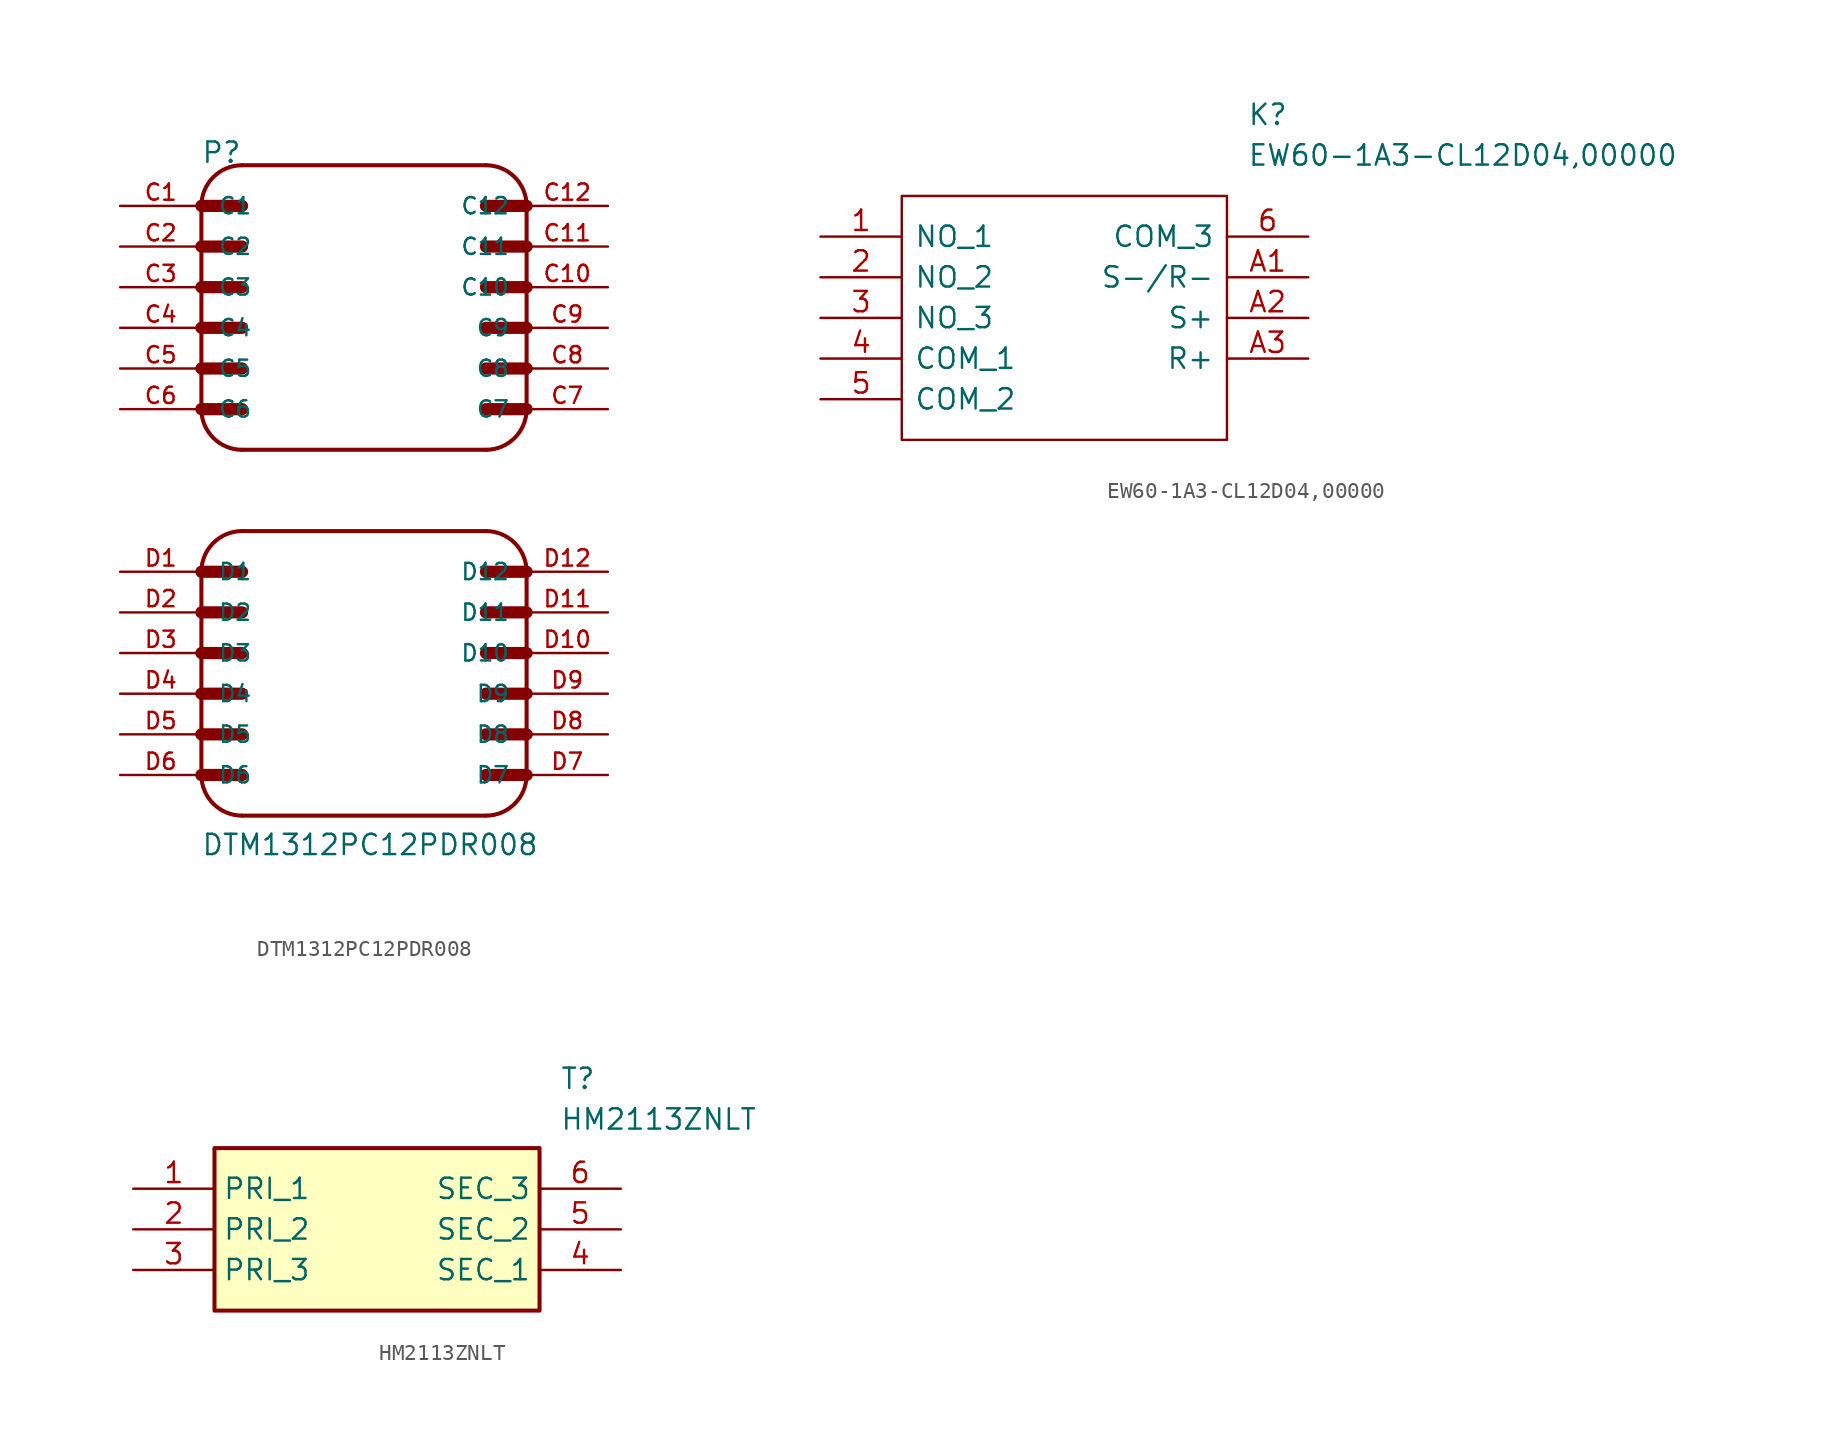
<source format=kicad_sym>
(kicad_symbol_lib
  (version 20241209)
  (generator "kicad_symbol_editor")
  (generator_version "9.0")
  (symbol "DTM1312PC12PDR008"
    (pin_names
      (offset 1.016))
    (property "Reference" "P"
      (at -10.185 20.371 0)
      (effects (font (size 1.27 1.27)) (justify left bottom)))
    (property "Value" "DTM1312PC12PDR008"
      (at -10.185 -22.885 0)
      (effects (font (size 1.27 1.27)) (justify left bottom)))
    (property "ki_locked" ""
      (at 0 0 0)
      (effects (font (size 1.27 1.27))))
    (symbol "DTM1312PC12PDR008_0_0"
      (polyline (pts (xy -10.16 17.78) (xy -7.62 17.78)) (stroke (width 0.762) (type solid)) (fill (type none)))
      (polyline (pts (xy -10.16 15.24) (xy -10.16 17.78)) (stroke (width 0.254) (type solid)) (fill (type none)))
      (polyline (pts (xy -10.16 15.24) (xy -7.62 15.24)) (stroke (width 0.762) (type solid)) (fill (type none)))
      (polyline (pts (xy -10.16 12.7) (xy -10.16 15.24)) (stroke (width 0.254) (type solid)) (fill (type none)))
      (polyline (pts (xy -10.16 12.7) (xy -7.62 12.7)) (stroke (width 0.762) (type solid)) (fill (type none)))
      (polyline (pts (xy -10.16 10.16) (xy -10.16 12.7)) (stroke (width 0.254) (type solid)) (fill (type none)))
      (polyline (pts (xy -10.16 10.16) (xy -7.62 10.16)) (stroke (width 0.762) (type solid)) (fill (type none)))
      (polyline (pts (xy -10.16 7.62) (xy -10.16 10.16)) (stroke (width 0.254) (type solid)) (fill (type none)))
      (polyline (pts (xy -10.16 7.62) (xy -7.62 7.62)) (stroke (width 0.762) (type solid)) (fill (type none)))
      (polyline (pts (xy -10.16 5.08) (xy -10.16 7.62)) (stroke (width 0.254) (type solid)) (fill (type none)))
      (polyline (pts (xy -10.16 5.08) (xy -7.62 5.08)) (stroke (width 0.762) (type solid)) (fill (type none)))
      (polyline (pts (xy -10.16 -5.08) (xy -7.62 -5.08)) (stroke (width 0.762) (type solid)) (fill (type none)))
      (polyline (pts (xy -10.16 -7.62) (xy -10.16 -5.08)) (stroke (width 0.254) (type solid)) (fill (type none)))
      (polyline (pts (xy -10.16 -7.62) (xy -7.62 -7.62)) (stroke (width 0.762) (type solid)) (fill (type none)))
      (polyline (pts (xy -10.16 -10.16) (xy -10.16 -7.62)) (stroke (width 0.254) (type solid)) (fill (type none)))
      (polyline (pts (xy -10.16 -10.16) (xy -7.62 -10.16)) (stroke (width 0.762) (type solid)) (fill (type none)))
      (polyline (pts (xy -10.16 -12.7) (xy -10.16 -10.16)) (stroke (width 0.254) (type solid)) (fill (type none)))
      (polyline (pts (xy -10.16 -12.7) (xy -7.62 -12.7)) (stroke (width 0.762) (type solid)) (fill (type none)))
      (polyline (pts (xy -10.16 -15.24) (xy -10.16 -12.7)) (stroke (width 0.254) (type solid)) (fill (type none)))
      (polyline (pts (xy -10.16 -15.24) (xy -7.62 -15.24)) (stroke (width 0.762) (type solid)) (fill (type none)))
      (polyline (pts (xy -10.16 -17.78) (xy -10.16 -15.24)) (stroke (width 0.254) (type solid)) (fill (type none)))
      (polyline (pts (xy -10.16 -17.78) (xy -7.62 -17.78)) (stroke (width 0.762) (type solid)) (fill (type none)))
      (arc (start -10.16 17.78) (mid -9.4161 19.5761) (end -7.62 20.32) (stroke (width 0.254) (type solid)) (fill (type none)))
      (arc (start -7.62 2.54) (mid -9.4161 3.2839) (end -10.16 5.08) (stroke (width 0.254) (type solid)) (fill (type none)))
      (arc (start -10.16 -5.08) (mid -9.4161 -3.2839) (end -7.62 -2.54) (stroke (width 0.254) (type solid)) (fill (type none)))
      (arc (start -7.62 -20.32) (mid -9.4161 -19.5761) (end -10.16 -17.78) (stroke (width 0.254) (type solid)) (fill (type none)))
      (polyline (pts (xy -7.62 20.32) (xy 7.62 20.32)) (stroke (width 0.254) (type solid)) (fill (type none)))
      (polyline (pts (xy -7.62 -2.54) (xy 7.62 -2.54)) (stroke (width 0.254) (type solid)) (fill (type none)))
      (polyline (pts (xy 7.62 17.78) (xy 10.16 17.78)) (stroke (width 0.762) (type solid)) (fill (type none)))
      (arc (start 7.62 20.32) (mid 9.4161 19.5761) (end 10.16 17.78) (stroke (width 0.254) (type solid)) (fill (type none)))
      (polyline (pts (xy 7.62 15.24) (xy 10.16 15.24)) (stroke (width 0.762) (type solid)) (fill (type none)))
      (polyline (pts (xy 7.62 12.7) (xy 10.16 12.7)) (stroke (width 0.762) (type solid)) (fill (type none)))
      (polyline (pts (xy 7.62 10.16) (xy 10.16 10.16)) (stroke (width 0.762) (type solid)) (fill (type none)))
      (polyline (pts (xy 7.62 7.62) (xy 10.16 7.62)) (stroke (width 0.762) (type solid)) (fill (type none)))
      (polyline (pts (xy 7.62 5.08) (xy 10.16 5.08)) (stroke (width 0.762) (type solid)) (fill (type none)))
      (arc (start 10.16 5.08) (mid 9.4161 3.2839) (end 7.62 2.54) (stroke (width 0.254) (type solid)) (fill (type none)))
      (polyline (pts (xy 7.62 2.54) (xy -7.62 2.54)) (stroke (width 0.254) (type solid)) (fill (type none)))
      (polyline (pts (xy 7.62 -5.08) (xy 10.16 -5.08)) (stroke (width 0.762) (type solid)) (fill (type none)))
      (arc (start 7.62 -2.54) (mid 9.4161 -3.2839) (end 10.16 -5.08) (stroke (width 0.254) (type solid)) (fill (type none)))
      (polyline (pts (xy 7.62 -7.62) (xy 10.16 -7.62)) (stroke (width 0.762) (type solid)) (fill (type none)))
      (polyline (pts (xy 7.62 -10.16) (xy 10.16 -10.16)) (stroke (width 0.762) (type solid)) (fill (type none)))
      (polyline (pts (xy 7.62 -12.7) (xy 10.16 -12.7)) (stroke (width 0.762) (type solid)) (fill (type none)))
      (polyline (pts (xy 7.62 -15.24) (xy 10.16 -15.24)) (stroke (width 0.762) (type solid)) (fill (type none)))
      (polyline (pts (xy 7.62 -17.78) (xy 10.16 -17.78)) (stroke (width 0.762) (type solid)) (fill (type none)))
      (arc (start 10.16 -17.78) (mid 9.4161 -19.5761) (end 7.62 -20.32) (stroke (width 0.254) (type solid)) (fill (type none)))
      (polyline (pts (xy 7.62 -20.32) (xy -7.62 -20.32)) (stroke (width 0.254) (type solid)) (fill (type none)))
      (polyline (pts (xy 10.16 17.78) (xy 10.16 5.08)) (stroke (width 0.254) (type solid)) (fill (type none)))
      (polyline (pts (xy 10.16 -5.08) (xy 10.16 -17.78)) (stroke (width 0.254) (type solid)) (fill (type none)))
      (pin passive line (at -15.24 17.78 0) (length 5.08) (name "C1" (effects (font (size 1.016 1.016)))) (number "C1" (effects (font (size 1.016 1.016)))))
      (pin passive line (at -15.24 15.24 0) (length 5.08) (name "C2" (effects (font (size 1.016 1.016)))) (number "C2" (effects (font (size 1.016 1.016)))))
      (pin passive line (at -15.24 12.7 0) (length 5.08) (name "C3" (effects (font (size 1.016 1.016)))) (number "C3" (effects (font (size 1.016 1.016)))))
      (pin passive line (at -15.24 10.16 0) (length 5.08) (name "C4" (effects (font (size 1.016 1.016)))) (number "C4" (effects (font (size 1.016 1.016)))))
      (pin passive line (at -15.24 7.62 0) (length 5.08) (name "C5" (effects (font (size 1.016 1.016)))) (number "C5" (effects (font (size 1.016 1.016)))))
      (pin passive line (at -15.24 5.08 0) (length 5.08) (name "C6" (effects (font (size 1.016 1.016)))) (number "C6" (effects (font (size 1.016 1.016)))))
      (pin passive line (at -15.24 -5.08 0) (length 5.08) (name "D1" (effects (font (size 1.016 1.016)))) (number "D1" (effects (font (size 1.016 1.016)))))
      (pin passive line (at -15.24 -7.62 0) (length 5.08) (name "D2" (effects (font (size 1.016 1.016)))) (number "D2" (effects (font (size 1.016 1.016)))))
      (pin passive line (at -15.24 -10.16 0) (length 5.08) (name "D3" (effects (font (size 1.016 1.016)))) (number "D3" (effects (font (size 1.016 1.016)))))
      (pin passive line (at -15.24 -12.7 0) (length 5.08) (name "D4" (effects (font (size 1.016 1.016)))) (number "D4" (effects (font (size 1.016 1.016)))))
      (pin passive line (at -15.24 -15.24 0) (length 5.08) (name "D5" (effects (font (size 1.016 1.016)))) (number "D5" (effects (font (size 1.016 1.016)))))
      (pin passive line (at -15.24 -17.78 0) (length 5.08) (name "D6" (effects (font (size 1.016 1.016)))) (number "D6" (effects (font (size 1.016 1.016)))))
      (pin passive line (at 15.24 17.78 180) (length 5.08) (name "C12" (effects (font (size 1.016 1.016)))) (number "C12" (effects (font (size 1.016 1.016)))))
      (pin passive line (at 15.24 15.24 180) (length 5.08) (name "C11" (effects (font (size 1.016 1.016)))) (number "C11" (effects (font (size 1.016 1.016)))))
      (pin passive line (at 15.24 12.7 180) (length 5.08) (name "C10" (effects (font (size 1.016 1.016)))) (number "C10" (effects (font (size 1.016 1.016)))))
      (pin passive line (at 15.24 10.16 180) (length 5.08) (name "C9" (effects (font (size 1.016 1.016)))) (number "C9" (effects (font (size 1.016 1.016)))))
      (pin passive line (at 15.24 7.62 180) (length 5.08) (name "C8" (effects (font (size 1.016 1.016)))) (number "C8" (effects (font (size 1.016 1.016)))))
      (pin passive line (at 15.24 5.08 180) (length 5.08) (name "C7" (effects (font (size 1.016 1.016)))) (number "C7" (effects (font (size 1.016 1.016)))))
      (pin passive line (at 15.24 -5.08 180) (length 5.08) (name "D12" (effects (font (size 1.016 1.016)))) (number "D12" (effects (font (size 1.016 1.016)))))
      (pin passive line (at 15.24 -7.62 180) (length 5.08) (name "D11" (effects (font (size 1.016 1.016)))) (number "D11" (effects (font (size 1.016 1.016)))))
      (pin passive line (at 15.24 -10.16 180) (length 5.08) (name "D10" (effects (font (size 1.016 1.016)))) (number "D10" (effects (font (size 1.016 1.016)))))
      (pin passive line (at 15.24 -12.7 180) (length 5.08) (name "D9" (effects (font (size 1.016 1.016)))) (number "D9" (effects (font (size 1.016 1.016)))))
      (pin passive line (at 15.24 -15.24 180) (length 5.08) (name "D8" (effects (font (size 1.016 1.016)))) (number "D8" (effects (font (size 1.016 1.016)))))
      (pin passive line (at 15.24 -17.78 180) (length 5.08) (name "D7" (effects (font (size 1.016 1.016)))) (number "D7" (effects (font (size 1.016 1.016)))))))
  (symbol "EW60-1A3-CL12D04,00000"
    (pin_names
      (offset 0.762))
    (property "Reference" "K"
      (at 26.67 7.62 0)
      (effects (font (size 1.27 1.27)) (justify left)))
    (property "Value" "EW60-1A3-CL12D04,00000"
      (at 26.67 5.08 0)
      (effects (font (size 1.27 1.27)) (justify left)))
    (symbol "EW60-1A3-CL12D04,00000_0_0"
      (pin passive line (at 0 0 0) (length 5.08) (name "NO_1" (effects (font (size 1.27 1.27)))) (number "1" (effects (font (size 1.27 1.27)))))
      (pin passive line (at 0 -2.54 0) (length 5.08) (name "NO_2" (effects (font (size 1.27 1.27)))) (number "2" (effects (font (size 1.27 1.27)))))
      (pin passive line (at 0 -5.08 0) (length 5.08) (name "NO_3" (effects (font (size 1.27 1.27)))) (number "3" (effects (font (size 1.27 1.27)))))
      (pin passive line (at 0 -7.62 0) (length 5.08) (name "COM_1" (effects (font (size 1.27 1.27)))) (number "4" (effects (font (size 1.27 1.27)))))
      (pin passive line (at 0 -10.16 0) (length 5.08) (name "COM_2" (effects (font (size 1.27 1.27)))) (number "5" (effects (font (size 1.27 1.27)))))
      (pin passive line (at 30.48 0 180) (length 5.08) (name "COM_3" (effects (font (size 1.27 1.27)))) (number "6" (effects (font (size 1.27 1.27)))))
      (pin passive line (at 30.48 -2.54 180) (length 5.08) (name "S-/R-" (effects (font (size 1.27 1.27)))) (number "A1" (effects (font (size 1.27 1.27)))))
      (pin passive line (at 30.48 -5.08 180) (length 5.08) (name "S+" (effects (font (size 1.27 1.27)))) (number "A2" (effects (font (size 1.27 1.27)))))
      (pin passive line (at 30.48 -7.62 180) (length 5.08) (name "R+" (effects (font (size 1.27 1.27)))) (number "A3" (effects (font (size 1.27 1.27))))))
    (symbol "EW60-1A3-CL12D04,00000_0_1"
      (polyline (pts (xy 5.08 2.54) (xy 25.4 2.54) (xy 25.4 -12.7) (xy 5.08 -12.7) (xy 5.08 2.54)) (stroke (width 0.152) (type solid)) (fill (type none)))))
  (symbol "HM2113ZNLT"
    (property "Reference" "T"
      (at 26.67 7.62 0)
      (effects (font (size 1.27 1.27)) (justify left top)))
    (property "Value" "HM2113ZNLT"
      (at 26.67 5.08 0)
      (effects (font (size 1.27 1.27)) (justify left top)))
    (symbol "HM2113ZNLT_1_1"
      (rectangle (start 5.08 2.54) (end 25.4 -7.62) (stroke (width 0.254) (type default)) (fill (type background)))
      (pin passive line (at 0 0 0) (length 5.08) (name "PRI_1" (effects (font (size 1.27 1.27)))) (number "1" (effects (font (size 1.27 1.27)))))
      (pin passive line (at 0 -2.54 0) (length 5.08) (name "PRI_2" (effects (font (size 1.27 1.27)))) (number "2" (effects (font (size 1.27 1.27)))))
      (pin passive line (at 0 -5.08 0) (length 5.08) (name "PRI_3" (effects (font (size 1.27 1.27)))) (number "3" (effects (font (size 1.27 1.27)))))
      (pin passive line (at 30.48 0 180) (length 5.08) (name "SEC_3" (effects (font (size 1.27 1.27)))) (number "6" (effects (font (size 1.27 1.27)))))
      (pin passive line (at 30.48 -2.54 180) (length 5.08) (name "SEC_2" (effects (font (size 1.27 1.27)))) (number "5" (effects (font (size 1.27 1.27)))))
      (pin passive line (at 30.48 -5.08 180) (length 5.08) (name "SEC_1" (effects (font (size 1.27 1.27)))) (number "4" (effects (font (size 1.27 1.27))))))))
</source>
